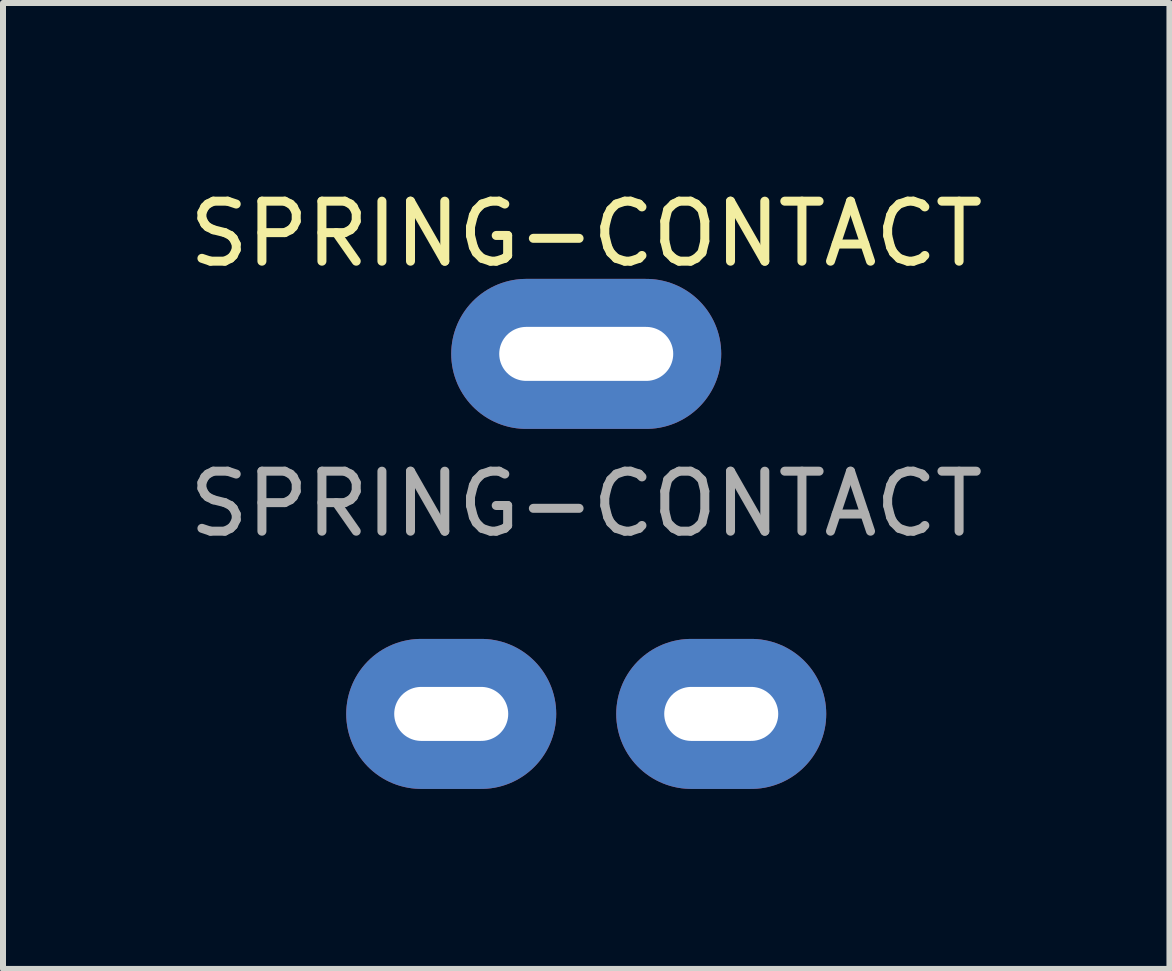
<source format=kicad_pcb>
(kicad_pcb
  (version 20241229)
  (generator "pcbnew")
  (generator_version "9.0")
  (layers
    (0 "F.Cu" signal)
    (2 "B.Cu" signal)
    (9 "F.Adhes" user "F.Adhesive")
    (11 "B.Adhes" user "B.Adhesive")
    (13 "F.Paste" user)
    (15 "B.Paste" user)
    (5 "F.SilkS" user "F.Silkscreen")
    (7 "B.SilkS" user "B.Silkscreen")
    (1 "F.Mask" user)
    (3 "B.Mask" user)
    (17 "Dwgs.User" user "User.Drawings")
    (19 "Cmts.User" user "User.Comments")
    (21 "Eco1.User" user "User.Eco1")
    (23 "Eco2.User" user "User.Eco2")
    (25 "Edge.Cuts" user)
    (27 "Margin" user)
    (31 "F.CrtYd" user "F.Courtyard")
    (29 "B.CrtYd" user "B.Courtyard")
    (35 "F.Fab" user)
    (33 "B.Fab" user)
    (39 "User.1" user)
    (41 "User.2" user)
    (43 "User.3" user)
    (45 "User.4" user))
  (footprint "SPRING-CONTACT"
    (layer "F.Cu")
    (at 6.72 2.848)
    (property "Reference" "SPRING-CONTACT" (at 0 -2 0) (unlocked yes) (layer "F.SilkS") (effects (font (size 1 1) (thickness 0.15))))
    (attr through_hole)
    (fp_text user "${REFERENCE}" (at 0 2.5 0) (unlocked yes) (layer "F.Fab") (effects (font (size 1 1) (thickness 0.15))))
    (pad "1" thru_hole oval (at -2.25 6 90) (size 2.5 3.5) (drill oval 0.9 1.9) (layers "*.Cu" "*.Mask"))
    (pad "1" thru_hole oval (at 0 0 90) (size 2.5 4.5) (drill oval 0.9 2.9) (layers "*.Cu" "*.Mask"))
    (pad "1" thru_hole oval (at 2.25 6 90) (size 2.5 3.5) (drill oval 0.9 1.9) (layers "*.Cu" "*.Mask")))
  (gr_rect
    (start -3 -3)
    (end 16.44 13.098)
    (stroke (width 0.1) (type default))
    (fill no)
    (layer "Edge.Cuts")))
</source>
